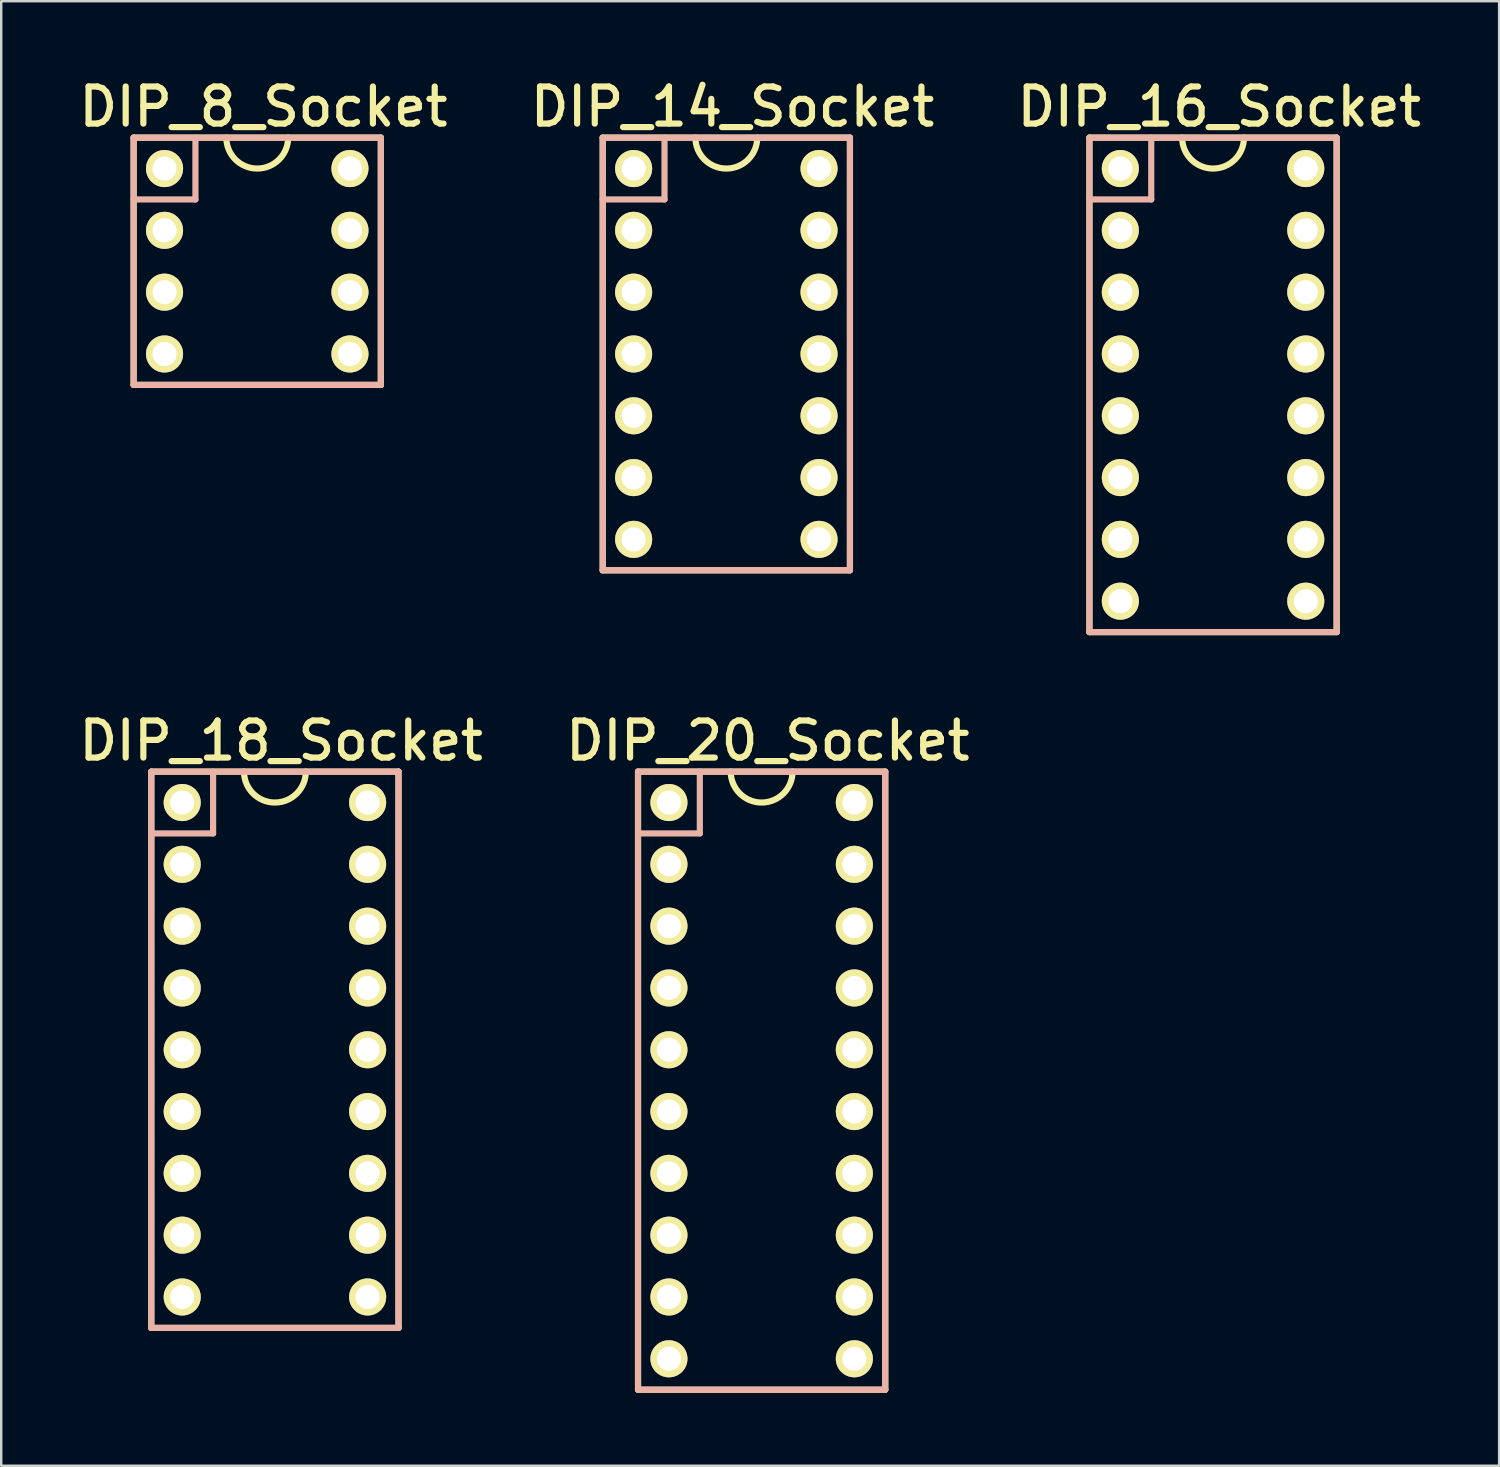
<source format=kicad_pcb>
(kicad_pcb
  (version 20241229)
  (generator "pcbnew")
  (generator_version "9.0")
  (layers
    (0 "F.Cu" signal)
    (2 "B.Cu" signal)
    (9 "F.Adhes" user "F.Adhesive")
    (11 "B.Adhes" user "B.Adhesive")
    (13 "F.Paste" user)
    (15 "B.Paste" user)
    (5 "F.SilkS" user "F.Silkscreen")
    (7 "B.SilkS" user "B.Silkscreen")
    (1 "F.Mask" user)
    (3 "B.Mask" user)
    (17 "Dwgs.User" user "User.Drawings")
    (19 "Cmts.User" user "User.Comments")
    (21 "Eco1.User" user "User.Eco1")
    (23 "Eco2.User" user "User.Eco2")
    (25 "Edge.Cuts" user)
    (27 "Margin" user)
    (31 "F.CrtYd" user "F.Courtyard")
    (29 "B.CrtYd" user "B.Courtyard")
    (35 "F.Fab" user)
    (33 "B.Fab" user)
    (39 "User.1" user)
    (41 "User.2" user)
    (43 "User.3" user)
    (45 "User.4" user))
  (footprint "DIP_20_Socket"
    (layer "F.Cu")
    (at 28.251 41.362)
    (property "Reference" "DIP_20_Socket" (at 0.254 -13.97 0) (layer "F.SilkS") (effects (font (size 1.524 1.524) (thickness 0.254))))
    (attr through_hole)
    (fp_line (start -5.08 -12.7) (end -5.08 12.7) (stroke (width 0.254) (type solid)) (layer "F.SilkS"))
    (fp_line (start -5.08 -12.7) (end 5.08 -12.7) (stroke (width 0.254) (type solid)) (layer "F.SilkS"))
    (fp_line (start 5.08 12.7) (end -5.08 12.7) (stroke (width 0.254) (type solid)) (layer "F.SilkS"))
    (fp_line (start 5.08 12.7) (end 5.08 -12.7) (stroke (width 0.254) (type solid)) (layer "F.SilkS"))
    (fp_arc (start 1.27 -12.7) (mid 0 -11.43) (end -1.27 -12.7) (stroke (width 0.254) (type solid)) (layer "F.SilkS"))
    (fp_line (start -5.08 -12.7) (end -5.08 12.7) (stroke (width 0.254) (type solid)) (layer "B.SilkS"))
    (fp_line (start -5.08 -12.7) (end 5.08 -12.7) (stroke (width 0.254) (type solid)) (layer "B.SilkS"))
    (fp_line (start -5.08 -10.16) (end -2.54 -10.16) (stroke (width 0.254) (type solid)) (layer "B.SilkS"))
    (fp_line (start -2.54 -10.16) (end -2.54 -12.7) (stroke (width 0.254) (type solid)) (layer "B.SilkS"))
    (fp_line (start 5.08 12.7) (end -5.08 12.7) (stroke (width 0.254) (type solid)) (layer "B.SilkS"))
    (fp_line (start 5.08 12.7) (end 5.08 -12.7) (stroke (width 0.254) (type solid)) (layer "B.SilkS"))
    (pad "1" thru_hole circle (at -3.81 -11.43) (size 1.524 1.524) (drill 0.991) (layers "*.Cu" "*.Mask" "F.SilkS"))
    (pad "2" thru_hole circle (at -3.81 -8.89) (size 1.524 1.524) (drill 0.991) (layers "*.Cu" "*.Mask" "F.SilkS"))
    (pad "3" thru_hole circle (at -3.81 -6.35) (size 1.524 1.524) (drill 0.991) (layers "*.Cu" "*.Mask" "F.SilkS"))
    (pad "4" thru_hole circle (at -3.81 -3.81) (size 1.524 1.524) (drill 0.991) (layers "*.Cu" "*.Mask" "F.SilkS"))
    (pad "5" thru_hole circle (at -3.81 -1.27) (size 1.524 1.524) (drill 0.991) (layers "*.Cu" "*.Mask" "F.SilkS"))
    (pad "6" thru_hole circle (at -3.81 1.27) (size 1.524 1.524) (drill 0.991) (layers "*.Cu" "*.Mask" "F.SilkS"))
    (pad "7" thru_hole circle (at -3.81 3.81) (size 1.524 1.524) (drill 0.991) (layers "*.Cu" "*.Mask" "F.SilkS"))
    (pad "8" thru_hole circle (at -3.81 6.35) (size 1.524 1.524) (drill 0.991) (layers "*.Cu" "*.Mask" "F.SilkS"))
    (pad "9" thru_hole circle (at -3.81 8.89) (size 1.524 1.524) (drill 0.991) (layers "*.Cu" "*.Mask" "F.SilkS"))
    (pad "10" thru_hole circle (at -3.81 11.43) (size 1.524 1.524) (drill 0.991) (layers "*.Cu" "*.Mask" "F.SilkS"))
    (pad "11" thru_hole circle (at 3.81 11.43) (size 1.524 1.524) (drill 0.991) (layers "*.Cu" "*.Mask" "F.SilkS"))
    (pad "12" thru_hole circle (at 3.81 8.89) (size 1.524 1.524) (drill 0.991) (layers "*.Cu" "*.Mask" "F.SilkS"))
    (pad "13" thru_hole circle (at 3.81 6.35) (size 1.524 1.524) (drill 0.991) (layers "*.Cu" "*.Mask" "F.SilkS"))
    (pad "14" thru_hole circle (at 3.81 3.81) (size 1.524 1.524) (drill 0.991) (layers "*.Cu" "*.Mask" "F.SilkS"))
    (pad "15" thru_hole circle (at 3.81 1.27) (size 1.524 1.524) (drill 0.991) (layers "*.Cu" "*.Mask" "F.SilkS"))
    (pad "16" thru_hole circle (at 3.81 -1.27) (size 1.524 1.524) (drill 0.991) (layers "*.Cu" "*.Mask" "F.SilkS"))
    (pad "17" thru_hole circle (at 3.81 -3.81) (size 1.524 1.524) (drill 0.991) (layers "*.Cu" "*.Mask" "F.SilkS"))
    (pad "18" thru_hole circle (at 3.81 -6.35) (size 1.524 1.524) (drill 0.991) (layers "*.Cu" "*.Mask" "F.SilkS"))
    (pad "19" thru_hole circle (at 3.81 -8.89) (size 1.524 1.524) (drill 0.991) (layers "*.Cu" "*.Mask" "F.SilkS"))
    (pad "20" thru_hole circle (at 3.81 -11.43) (size 1.524 1.524) (drill 0.991) (layers "*.Cu" "*.Mask" "F.SilkS")))
  (footprint "DIP_18_Socket"
    (layer "F.Cu")
    (at 8.248 40.092)
    (property "Reference" "DIP_18_Socket" (at 0.254 -12.7 0) (layer "F.SilkS") (effects (font (size 1.524 1.524) (thickness 0.254))))
    (attr through_hole)
    (fp_line (start -5.08 -11.43) (end 5.08 -11.43) (stroke (width 0.254) (type solid)) (layer "F.SilkS"))
    (fp_line (start -5.08 11.43) (end -5.08 -11.43) (stroke (width 0.254) (type solid)) (layer "F.SilkS"))
    (fp_line (start 5.08 -11.43) (end 5.08 11.43) (stroke (width 0.254) (type solid)) (layer "F.SilkS"))
    (fp_line (start 5.08 11.43) (end -5.08 11.43) (stroke (width 0.254) (type solid)) (layer "F.SilkS"))
    (fp_arc (start 1.27 -11.43) (mid 0 -10.16) (end -1.27 -11.43) (stroke (width 0.254) (type solid)) (layer "F.SilkS"))
    (fp_line (start -5.08 -11.43) (end 5.08 -11.43) (stroke (width 0.254) (type solid)) (layer "B.SilkS"))
    (fp_line (start -5.08 -8.89) (end -2.54 -8.89) (stroke (width 0.254) (type solid)) (layer "B.SilkS"))
    (fp_line (start -5.08 11.43) (end -5.08 -11.43) (stroke (width 0.254) (type solid)) (layer "B.SilkS"))
    (fp_line (start -2.54 -8.89) (end -2.54 -11.43) (stroke (width 0.254) (type solid)) (layer "B.SilkS"))
    (fp_line (start 5.08 -11.43) (end 5.08 11.43) (stroke (width 0.254) (type solid)) (layer "B.SilkS"))
    (fp_line (start 5.08 11.43) (end -5.08 11.43) (stroke (width 0.254) (type solid)) (layer "B.SilkS"))
    (pad "1" thru_hole circle (at -3.81 -10.16) (size 1.524 1.524) (drill 0.991) (layers "*.Cu" "*.Mask" "F.SilkS"))
    (pad "2" thru_hole circle (at -3.81 -7.62) (size 1.524 1.524) (drill 0.991) (layers "*.Cu" "*.Mask" "F.SilkS"))
    (pad "3" thru_hole circle (at -3.81 -5.08) (size 1.524 1.524) (drill 0.991) (layers "*.Cu" "*.Mask" "F.SilkS"))
    (pad "4" thru_hole circle (at -3.81 -2.54) (size 1.524 1.524) (drill 0.991) (layers "*.Cu" "*.Mask" "F.SilkS"))
    (pad "5" thru_hole circle (at -3.81 0) (size 1.524 1.524) (drill 0.991) (layers "*.Cu" "*.Mask" "F.SilkS"))
    (pad "6" thru_hole circle (at -3.81 2.54) (size 1.524 1.524) (drill 0.991) (layers "*.Cu" "*.Mask" "F.SilkS"))
    (pad "7" thru_hole circle (at -3.81 5.08) (size 1.524 1.524) (drill 0.991) (layers "*.Cu" "*.Mask" "F.SilkS"))
    (pad "8" thru_hole circle (at -3.81 7.62) (size 1.524 1.524) (drill 0.991) (layers "*.Cu" "*.Mask" "F.SilkS"))
    (pad "9" thru_hole circle (at -3.81 10.16) (size 1.524 1.524) (drill 0.991) (layers "*.Cu" "*.Mask" "F.SilkS"))
    (pad "10" thru_hole circle (at 3.81 10.16) (size 1.524 1.524) (drill 0.991) (layers "*.Cu" "*.Mask" "F.SilkS"))
    (pad "11" thru_hole circle (at 3.81 7.62) (size 1.524 1.524) (drill 0.991) (layers "*.Cu" "*.Mask" "F.SilkS"))
    (pad "12" thru_hole circle (at 3.81 5.08) (size 1.524 1.524) (drill 0.991) (layers "*.Cu" "*.Mask" "F.SilkS"))
    (pad "13" thru_hole circle (at 3.81 2.54) (size 1.524 1.524) (drill 0.991) (layers "*.Cu" "*.Mask" "F.SilkS"))
    (pad "14" thru_hole circle (at 3.81 0) (size 1.524 1.524) (drill 0.991) (layers "*.Cu" "*.Mask" "F.SilkS"))
    (pad "15" thru_hole circle (at 3.81 -2.54) (size 1.524 1.524) (drill 0.991) (layers "*.Cu" "*.Mask" "F.SilkS"))
    (pad "16" thru_hole circle (at 3.81 -5.08) (size 1.524 1.524) (drill 0.991) (layers "*.Cu" "*.Mask" "F.SilkS"))
    (pad "17" thru_hole circle (at 3.81 -7.62) (size 1.524 1.524) (drill 0.991) (layers "*.Cu" "*.Mask" "F.SilkS"))
    (pad "18" thru_hole circle (at 3.81 -10.16) (size 1.524 1.524) (drill 0.991) (layers "*.Cu" "*.Mask" "F.SilkS")))
  (footprint "DIP_16_Socket"
    (layer "F.Cu")
    (at 46.803 12.767)
    (property "Reference" "DIP_16_Socket" (at 0.254 -11.43 0) (layer "F.SilkS") (effects (font (size 1.524 1.524) (thickness 0.254))))
    (attr through_hole)
    (fp_line (start -5.08 -10.16) (end 5.08 -10.16) (stroke (width 0.254) (type solid)) (layer "F.SilkS"))
    (fp_line (start -5.08 10.16) (end -5.08 -10.16) (stroke (width 0.254) (type solid)) (layer "F.SilkS"))
    (fp_line (start 5.08 -10.16) (end 5.08 10.16) (stroke (width 0.254) (type solid)) (layer "F.SilkS"))
    (fp_line (start 5.08 10.16) (end -5.08 10.16) (stroke (width 0.254) (type solid)) (layer "F.SilkS"))
    (fp_arc (start 1.27 -10.16) (mid 0 -8.89) (end -1.27 -10.16) (stroke (width 0.254) (type solid)) (layer "F.SilkS"))
    (fp_line (start -5.08 -10.16) (end 5.08 -10.16) (stroke (width 0.254) (type solid)) (layer "B.SilkS"))
    (fp_line (start -5.08 -7.62) (end -2.54 -7.62) (stroke (width 0.254) (type solid)) (layer "B.SilkS"))
    (fp_line (start -5.08 10.16) (end -5.08 -10.16) (stroke (width 0.254) (type solid)) (layer "B.SilkS"))
    (fp_line (start -2.54 -7.62) (end -2.54 -10.16) (stroke (width 0.254) (type solid)) (layer "B.SilkS"))
    (fp_line (start 5.08 -10.16) (end 5.08 10.16) (stroke (width 0.254) (type solid)) (layer "B.SilkS"))
    (fp_line (start 5.08 10.16) (end -5.08 10.16) (stroke (width 0.254) (type solid)) (layer "B.SilkS"))
    (pad "1" thru_hole circle (at -3.81 -8.89) (size 1.524 1.524) (drill 0.991) (layers "*.Cu" "*.Mask" "F.SilkS"))
    (pad "2" thru_hole circle (at -3.81 -6.35) (size 1.524 1.524) (drill 0.991) (layers "*.Cu" "*.Mask" "F.SilkS"))
    (pad "3" thru_hole circle (at -3.81 -3.81) (size 1.524 1.524) (drill 0.991) (layers "*.Cu" "*.Mask" "F.SilkS"))
    (pad "4" thru_hole circle (at -3.81 -1.27) (size 1.524 1.524) (drill 0.991) (layers "*.Cu" "*.Mask" "F.SilkS"))
    (pad "5" thru_hole circle (at -3.81 1.27) (size 1.524 1.524) (drill 0.991) (layers "*.Cu" "*.Mask" "F.SilkS"))
    (pad "6" thru_hole circle (at -3.81 3.81) (size 1.524 1.524) (drill 0.991) (layers "*.Cu" "*.Mask" "F.SilkS"))
    (pad "7" thru_hole circle (at -3.81 6.35) (size 1.524 1.524) (drill 0.991) (layers "*.Cu" "*.Mask" "F.SilkS"))
    (pad "8" thru_hole circle (at -3.81 8.89) (size 1.524 1.524) (drill 0.991) (layers "*.Cu" "*.Mask" "F.SilkS"))
    (pad "9" thru_hole circle (at 3.81 8.89) (size 1.524 1.524) (drill 0.991) (layers "*.Cu" "*.Mask" "F.SilkS"))
    (pad "10" thru_hole circle (at 3.81 6.35) (size 1.524 1.524) (drill 0.991) (layers "*.Cu" "*.Mask" "F.SilkS"))
    (pad "11" thru_hole circle (at 3.81 3.81) (size 1.524 1.524) (drill 0.991) (layers "*.Cu" "*.Mask" "F.SilkS"))
    (pad "12" thru_hole circle (at 3.81 1.27) (size 1.524 1.524) (drill 0.991) (layers "*.Cu" "*.Mask" "F.SilkS"))
    (pad "13" thru_hole circle (at 3.81 -1.27) (size 1.524 1.524) (drill 0.991) (layers "*.Cu" "*.Mask" "F.SilkS"))
    (pad "14" thru_hole circle (at 3.81 -3.81) (size 1.524 1.524) (drill 0.991) (layers "*.Cu" "*.Mask" "F.SilkS"))
    (pad "15" thru_hole circle (at 3.81 -6.35) (size 1.524 1.524) (drill 0.991) (layers "*.Cu" "*.Mask" "F.SilkS"))
    (pad "16" thru_hole circle (at 3.81 -8.89) (size 1.524 1.524) (drill 0.991) (layers "*.Cu" "*.Mask" "F.SilkS")))
  (footprint "DIP_8_Socket"
    (layer "F.Cu")
    (at 7.522 7.687)
    (property "Reference" "DIP_8_Socket" (at 0.254 -6.35 0) (layer "F.SilkS") (effects (font (size 1.524 1.524) (thickness 0.254))))
    (attr through_hole)
    (fp_line (start -5.08 -5.08) (end -5.08 5.08) (stroke (width 0.254) (type solid)) (layer "F.SilkS"))
    (fp_line (start -5.08 -5.08) (end 5.08 -5.08) (stroke (width 0.254) (type solid)) (layer "F.SilkS"))
    (fp_line (start -5.08 5.08) (end 5.08 5.08) (stroke (width 0.254) (type solid)) (layer "F.SilkS"))
    (fp_line (start 5.08 5.08) (end 5.08 -5.08) (stroke (width 0.254) (type solid)) (layer "F.SilkS"))
    (fp_arc (start 1.27 -5.08) (mid 0 -3.81) (end -1.27 -5.08) (stroke (width 0.254) (type solid)) (layer "F.SilkS"))
    (fp_line (start -5.08 -5.08) (end -5.08 5.08) (stroke (width 0.254) (type solid)) (layer "B.SilkS"))
    (fp_line (start -5.08 -5.08) (end 5.08 -5.08) (stroke (width 0.254) (type solid)) (layer "B.SilkS"))
    (fp_line (start -5.08 -2.54) (end -2.54 -2.54) (stroke (width 0.254) (type solid)) (layer "B.SilkS"))
    (fp_line (start -5.08 5.08) (end 5.08 5.08) (stroke (width 0.254) (type solid)) (layer "B.SilkS"))
    (fp_line (start -2.54 -2.54) (end -2.54 -5.08) (stroke (width 0.254) (type solid)) (layer "B.SilkS"))
    (fp_line (start 5.08 5.08) (end 5.08 -5.08) (stroke (width 0.254) (type solid)) (layer "B.SilkS"))
    (pad "1" thru_hole circle (at -3.81 -3.81) (size 1.524 1.524) (drill 0.991) (layers "*.Cu" "*.Mask" "F.SilkS"))
    (pad "2" thru_hole circle (at -3.81 -1.27) (size 1.524 1.524) (drill 0.991) (layers "*.Cu" "*.Mask" "F.SilkS"))
    (pad "3" thru_hole circle (at -3.81 1.27) (size 1.524 1.524) (drill 0.991) (layers "*.Cu" "*.Mask" "F.SilkS"))
    (pad "4" thru_hole circle (at -3.81 3.81) (size 1.524 1.524) (drill 0.991) (layers "*.Cu" "*.Mask" "F.SilkS"))
    (pad "5" thru_hole circle (at 3.81 3.81) (size 1.524 1.524) (drill 0.991) (layers "*.Cu" "*.Mask" "F.SilkS"))
    (pad "6" thru_hole circle (at 3.81 1.27) (size 1.524 1.524) (drill 0.991) (layers "*.Cu" "*.Mask" "F.SilkS"))
    (pad "7" thru_hole circle (at 3.81 -1.27) (size 1.524 1.524) (drill 0.991) (layers "*.Cu" "*.Mask" "F.SilkS"))
    (pad "8" thru_hole circle (at 3.81 -3.81) (size 1.524 1.524) (drill 0.991) (layers "*.Cu" "*.Mask" "F.SilkS")))
  (footprint "DIP_14_Socket"
    (layer "F.Cu")
    (at 26.8 11.497)
    (property "Reference" "DIP_14_Socket" (at 0.254 -10.16 0) (layer "F.SilkS") (effects (font (size 1.524 1.524) (thickness 0.254))))
    (attr through_hole)
    (fp_line (start -5.08 -8.89) (end -5.08 8.89) (stroke (width 0.254) (type solid)) (layer "F.SilkS"))
    (fp_line (start -5.08 -8.89) (end 5.08 -8.89) (stroke (width 0.254) (type solid)) (layer "F.SilkS"))
    (fp_line (start 5.08 8.89) (end -5.08 8.89) (stroke (width 0.254) (type solid)) (layer "F.SilkS"))
    (fp_line (start 5.08 8.89) (end 5.08 -8.89) (stroke (width 0.254) (type solid)) (layer "F.SilkS"))
    (fp_arc (start 1.27 -8.89) (mid 0 -7.62) (end -1.27 -8.89) (stroke (width 0.254) (type solid)) (layer "F.SilkS"))
    (fp_line (start -5.08 -8.89) (end 5.08 -8.89) (stroke (width 0.254) (type solid)) (layer "B.SilkS"))
    (fp_line (start -5.08 -6.35) (end -2.54 -6.35) (stroke (width 0.254) (type solid)) (layer "B.SilkS"))
    (fp_line (start -5.08 8.89) (end -5.08 -8.89) (stroke (width 0.254) (type solid)) (layer "B.SilkS"))
    (fp_line (start -2.54 -6.35) (end -2.54 -8.89) (stroke (width 0.254) (type solid)) (layer "B.SilkS"))
    (fp_line (start 5.08 -8.89) (end 5.08 8.89) (stroke (width 0.254) (type solid)) (layer "B.SilkS"))
    (fp_line (start 5.08 8.89) (end -5.08 8.89) (stroke (width 0.254) (type solid)) (layer "B.SilkS"))
    (pad "1" thru_hole circle (at -3.81 -7.62) (size 1.524 1.524) (drill 0.991) (layers "*.Cu" "*.Mask" "F.SilkS"))
    (pad "2" thru_hole circle (at -3.81 -5.08) (size 1.524 1.524) (drill 0.991) (layers "*.Cu" "*.Mask" "F.SilkS"))
    (pad "3" thru_hole circle (at -3.81 -2.54) (size 1.524 1.524) (drill 0.991) (layers "*.Cu" "*.Mask" "F.SilkS"))
    (pad "4" thru_hole circle (at -3.81 0) (size 1.524 1.524) (drill 0.991) (layers "*.Cu" "*.Mask" "F.SilkS"))
    (pad "5" thru_hole circle (at -3.81 2.54) (size 1.524 1.524) (drill 0.991) (layers "*.Cu" "*.Mask" "F.SilkS"))
    (pad "6" thru_hole circle (at -3.81 5.08) (size 1.524 1.524) (drill 0.991) (layers "*.Cu" "*.Mask" "F.SilkS"))
    (pad "7" thru_hole circle (at -3.81 7.62) (size 1.524 1.524) (drill 0.991) (layers "*.Cu" "*.Mask" "F.SilkS"))
    (pad "8" thru_hole circle (at 3.81 7.62) (size 1.524 1.524) (drill 0.991) (layers "*.Cu" "*.Mask" "F.SilkS"))
    (pad "9" thru_hole circle (at 3.81 5.08) (size 1.524 1.524) (drill 0.991) (layers "*.Cu" "*.Mask" "F.SilkS"))
    (pad "10" thru_hole circle (at 3.81 2.54) (size 1.524 1.524) (drill 0.991) (layers "*.Cu" "*.Mask" "F.SilkS"))
    (pad "11" thru_hole circle (at 3.81 0) (size 1.524 1.524) (drill 0.991) (layers "*.Cu" "*.Mask" "F.SilkS"))
    (pad "12" thru_hole circle (at 3.81 -2.54) (size 1.524 1.524) (drill 0.991) (layers "*.Cu" "*.Mask" "F.SilkS"))
    (pad "13" thru_hole circle (at 3.81 -5.08) (size 1.524 1.524) (drill 0.991) (layers "*.Cu" "*.Mask" "F.SilkS"))
    (pad "14" thru_hole circle (at 3.81 -7.62) (size 1.524 1.524) (drill 0.991) (layers "*.Cu" "*.Mask" "F.SilkS")))
  (gr_rect
    (start -3 -3)
    (end 58.559 57.189)
    (stroke (width 0.1) (type default))
    (fill no)
    (layer "Edge.Cuts")))
</source>
